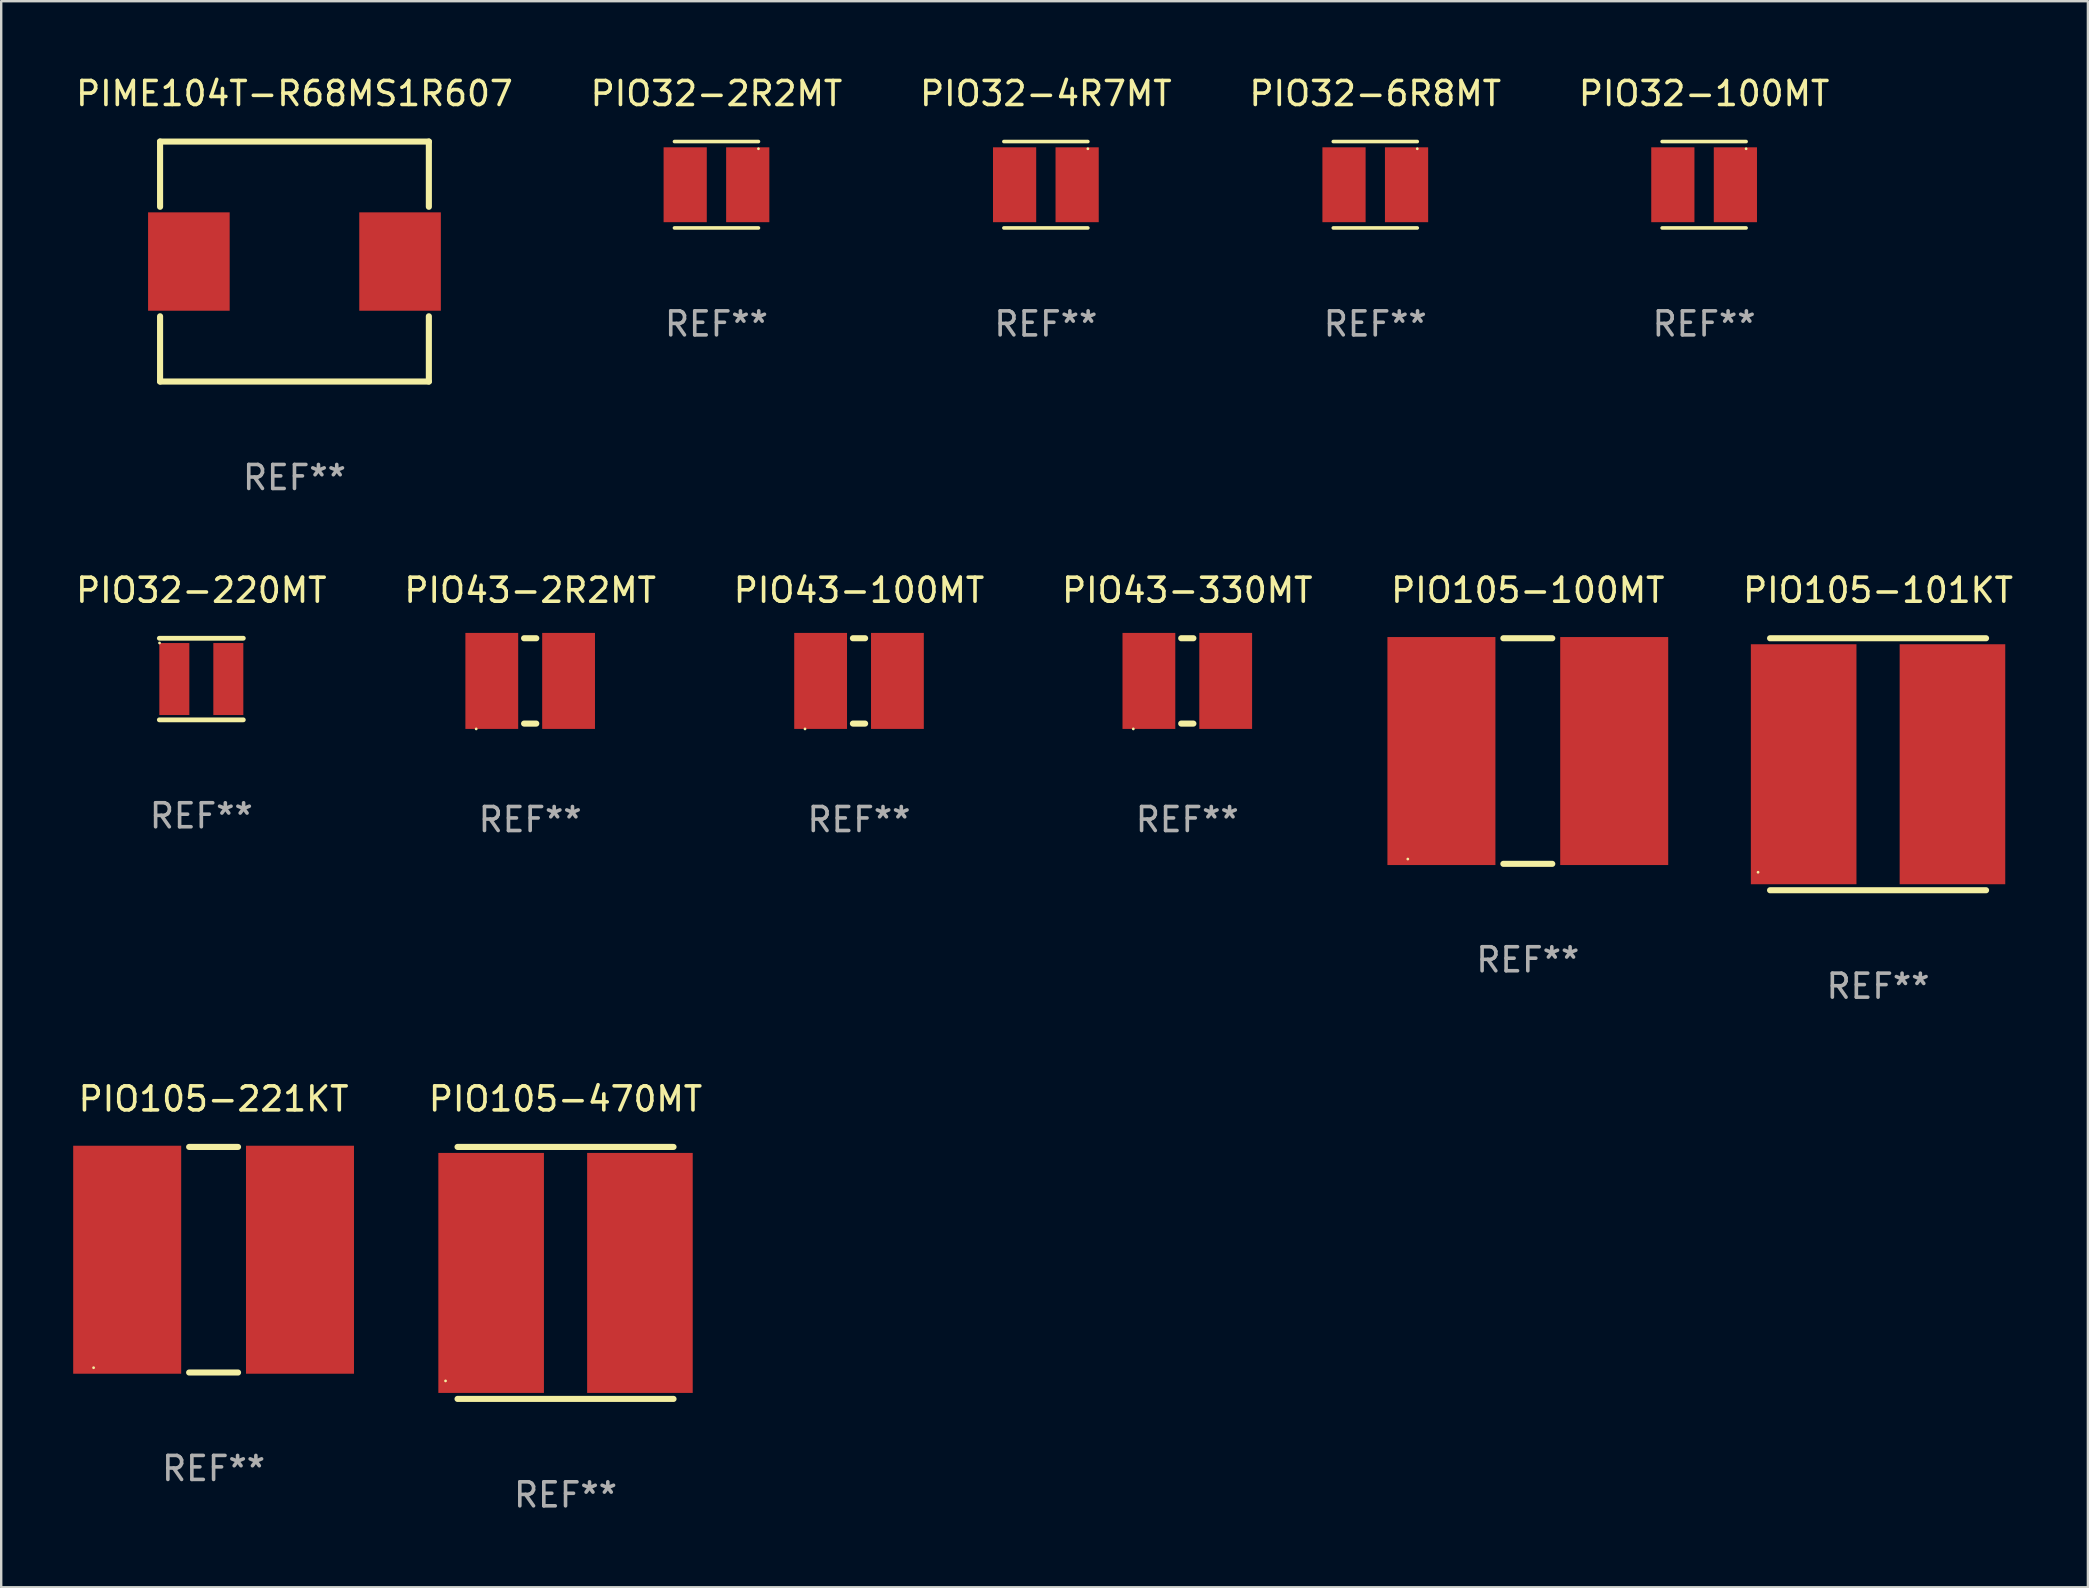
<source format=kicad_pcb>
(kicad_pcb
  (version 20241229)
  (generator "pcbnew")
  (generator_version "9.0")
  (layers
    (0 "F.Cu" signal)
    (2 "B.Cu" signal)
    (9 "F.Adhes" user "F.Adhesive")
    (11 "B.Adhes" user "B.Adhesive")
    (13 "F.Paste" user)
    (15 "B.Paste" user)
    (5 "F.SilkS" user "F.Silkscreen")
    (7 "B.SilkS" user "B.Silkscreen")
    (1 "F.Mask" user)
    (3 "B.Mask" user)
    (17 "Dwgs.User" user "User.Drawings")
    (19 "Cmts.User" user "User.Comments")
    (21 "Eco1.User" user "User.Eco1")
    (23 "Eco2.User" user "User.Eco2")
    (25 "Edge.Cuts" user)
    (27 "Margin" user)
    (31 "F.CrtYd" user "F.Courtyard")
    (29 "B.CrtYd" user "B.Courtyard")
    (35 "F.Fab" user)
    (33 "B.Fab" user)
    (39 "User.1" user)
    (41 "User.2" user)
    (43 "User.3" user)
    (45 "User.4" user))
  (footprint "PIO43-100MT"
    (layer "F.Cu")
    (at 32.744 25.323)
    (property "Reference" "PIO43-100MT" (at 0 -3.778 0) (layer "F.SilkS") (effects (font (size 1 1) (thickness 0.15))))
    (attr through_hole)
    (fp_line (start -0.254 -1.778) (end 0.254 -1.778) (stroke (width 0.254) (type solid)) (layer "F.SilkS"))
    (fp_line (start -0.254 1.778) (end 0.254 1.778) (stroke (width 0.254) (type solid)) (layer "F.SilkS"))
    (fp_circle (center -2.25 2) (end -2.22 2) (stroke (width 0.06) (type solid)) (fill no) (layer "F.SilkS"))
    (fp_text user "REF**" (at 0 5.778 0) (layer "F.Fab") (effects (font (size 1 1) (thickness 0.15))))
    (pad "1" smd rect (at -1.6 0 90) (size 4 2.2) (layers "F.Cu" "F.Mask" "F.Paste"))
    (pad "2" smd rect (at 1.6 0 90) (size 4 2.2) (layers "F.Cu" "F.Mask" "F.Paste")))
  (footprint "PIO105-221KT"
    (layer "F.Cu")
    (at 5.85 49.441)
    (property "Reference" "PIO105-221KT" (at 0 -6.7 0) (layer "F.SilkS") (effects (font (size 1 1) (thickness 0.15))))
    (attr through_hole)
    (fp_line (start -1.019 -4.7) (end 1.019 -4.7) (stroke (width 0.254) (type solid)) (layer "F.SilkS"))
    (fp_line (start -1.019 4.7) (end 1.019 4.7) (stroke (width 0.254) (type solid)) (layer "F.SilkS"))
    (fp_circle (center -5 4.5) (end -4.97 4.5) (stroke (width 0.06) (type solid)) (fill no) (layer "F.SilkS"))
    (fp_text user "REF**" (at 0 8.7 0) (layer "F.Fab") (effects (font (size 1 1) (thickness 0.15))))
    (pad "1" smd rect (at -3.6 0) (size 4.5 9.5) (layers "F.Cu" "F.Mask" "F.Paste"))
    (pad "2" smd rect (at 3.6 0) (size 4.5 9.5) (layers "F.Cu" "F.Mask" "F.Paste")))
  (footprint "PIO105-101KT"
    (layer "F.Cu")
    (at 75.206 28.795)
    (property "Reference" "PIO105-101KT" (at 0 -7.25 0) (layer "F.SilkS") (effects (font (size 1 1) (thickness 0.15))))
    (attr through_hole)
    (fp_line (start -4.5 -5.25) (end 4.5 -5.25) (stroke (width 0.254) (type solid)) (layer "F.SilkS"))
    (fp_line (start -4.5 5.25) (end 4.5 5.25) (stroke (width 0.254) (type solid)) (layer "F.SilkS"))
    (fp_circle (center -5 4.5) (end -4.97 4.5) (stroke (width 0.06) (type solid)) (fill no) (layer "F.SilkS"))
    (fp_text user "REF**" (at 0 9.25 0) (layer "F.Fab") (effects (font (size 1 1) (thickness 0.15))))
    (pad "1" smd rect (at -3.1 0 90) (size 10 4.4) (layers "F.Cu" "F.Mask" "F.Paste"))
    (pad "2" smd rect (at 3.1 0 90) (size 10 4.4) (layers "F.Cu" "F.Mask" "F.Paste")))
  (footprint "PIO105-470MT"
    (layer "F.Cu")
    (at 20.515 49.991)
    (property "Reference" "PIO105-470MT" (at 0 -7.25 0) (layer "F.SilkS") (effects (font (size 1 1) (thickness 0.15))))
    (attr through_hole)
    (fp_line (start -4.5 -5.25) (end 4.5 -5.25) (stroke (width 0.254) (type solid)) (layer "F.SilkS"))
    (fp_line (start -4.5 5.25) (end 4.5 5.25) (stroke (width 0.254) (type solid)) (layer "F.SilkS"))
    (fp_circle (center -5 4.5) (end -4.97 4.5) (stroke (width 0.06) (type solid)) (fill no) (layer "F.SilkS"))
    (fp_text user "REF**" (at 0 9.25 0) (layer "F.Fab") (effects (font (size 1 1) (thickness 0.15))))
    (pad "1" smd rect (at -3.1 0 90) (size 10 4.4) (layers "F.Cu" "F.Mask" "F.Paste"))
    (pad "2" smd rect (at 3.1 0 90) (size 10 4.4) (layers "F.Cu" "F.Mask" "F.Paste")))
  (footprint "PIO32-220MT"
    (layer "F.Cu")
    (at 5.339 25.245)
    (property "Reference" "PIO32-220MT" (at 0 -3.7 0) (layer "F.SilkS") (effects (font (size 1 1) (thickness 0.15))))
    (attr through_hole)
    (fp_line (start -1.75 -1.7) (end 1.75 -1.7) (stroke (width 0.2) (type solid)) (layer "F.SilkS"))
    (fp_line (start -1.75 1.7) (end 1.75 1.7) (stroke (width 0.2) (type solid)) (layer "F.SilkS"))
    (fp_circle (center -1.741 -1.503) (end -1.711 -1.503) (stroke (width 0.06) (type solid)) (fill no) (layer "F.SilkS"))
    (fp_text user "REF**" (at 0 5.7 0) (layer "F.Fab") (effects (font (size 1 1) (thickness 0.15))))
    (pad "1" smd rect (at -1.125 0) (size 1.25 3) (layers "F.Cu" "F.Mask" "F.Paste"))
    (pad "2" smd rect (at 1.125 0) (size 1.25 3) (layers "F.Cu" "F.Mask" "F.Paste")))
  (footprint "PIO43-330MT"
    (layer "F.Cu")
    (at 46.423 25.323)
    (property "Reference" "PIO43-330MT" (at 0 -3.778 0) (layer "F.SilkS") (effects (font (size 1 1) (thickness 0.15))))
    (attr through_hole)
    (fp_line (start -0.254 -1.778) (end 0.254 -1.778) (stroke (width 0.254) (type solid)) (layer "F.SilkS"))
    (fp_line (start -0.254 1.778) (end 0.254 1.778) (stroke (width 0.254) (type solid)) (layer "F.SilkS"))
    (fp_circle (center -2.25 2) (end -2.22 2) (stroke (width 0.06) (type solid)) (fill no) (layer "F.SilkS"))
    (fp_text user "REF**" (at 0 5.778 0) (layer "F.Fab") (effects (font (size 1 1) (thickness 0.15))))
    (pad "1" smd rect (at -1.6 0 90) (size 4 2.2) (layers "F.Cu" "F.Mask" "F.Paste"))
    (pad "2" smd rect (at 1.6 0 90) (size 4 2.2) (layers "F.Cu" "F.Mask" "F.Paste")))
  (footprint "PIO32-100MT"
    (layer "F.Cu")
    (at 67.958 4.648)
    (property "Reference" "PIO32-100MT" (at 0 -3.8 0) (layer "F.SilkS") (effects (font (size 1 1) (thickness 0.15))))
    (attr through_hole)
    (fp_line (start -1.75 -1.8) (end 1.75 -1.8) (stroke (width 0.15) (type solid)) (layer "F.SilkS"))
    (fp_line (start 1.75 1.8) (end -1.75 1.8) (stroke (width 0.15) (type solid)) (layer "F.SilkS"))
    (fp_circle (center 1.75 -1.5) (end 1.78 -1.5) (stroke (width 0.06) (type solid)) (fill no) (layer "F.SilkS"))
    (fp_text user "REF**" (at 0 5.8 0) (layer "F.Fab") (effects (font (size 1 1) (thickness 0.15))))
    (pad "1" smd rect (at 1.303 0.000051) (size 1.8 3.12) (layers "F.Cu" "F.Mask" "F.Paste"))
    (pad "2" smd rect (at -1.303 0.000051) (size 1.8 3.12) (layers "F.Cu" "F.Mask" "F.Paste")))
  (footprint "PIO32-2R2MT"
    (layer "F.Cu")
    (at 26.804 4.648)
    (property "Reference" "PIO32-2R2MT" (at 0 -3.8 0) (layer "F.SilkS") (effects (font (size 1 1) (thickness 0.15))))
    (attr through_hole)
    (fp_line (start -1.75 -1.8) (end 1.75 -1.8) (stroke (width 0.15) (type solid)) (layer "F.SilkS"))
    (fp_line (start 1.75 1.8) (end -1.75 1.8) (stroke (width 0.15) (type solid)) (layer "F.SilkS"))
    (fp_circle (center 1.75 -1.5) (end 1.78 -1.5) (stroke (width 0.06) (type solid)) (fill no) (layer "F.SilkS"))
    (fp_text user "REF**" (at 0 5.8 0) (layer "F.Fab") (effects (font (size 1 1) (thickness 0.15))))
    (pad "1" smd rect (at 1.303 0.000051) (size 1.8 3.12) (layers "F.Cu" "F.Mask" "F.Paste"))
    (pad "2" smd rect (at -1.303 0.000051) (size 1.8 3.12) (layers "F.Cu" "F.Mask" "F.Paste")))
  (footprint "PIME104T-R68MS1R607"
    (layer "F.Cu")
    (at 9.22 7.848)
    (property "Reference" "PIME104T-R68MS1R607" (at 0 -7 0) (layer "F.SilkS") (effects (font (size 1 1) (thickness 0.15))))
    (attr through_hole)
    (fp_line (start -5.6 -5) (end 5.6 -5) (stroke (width 0.254) (type solid)) (layer "F.SilkS"))
    (fp_line (start -5.6 -2.281) (end -5.6 -5) (stroke (width 0.254) (type solid)) (layer "F.SilkS"))
    (fp_line (start -5.6 5) (end -5.6 2.281) (stroke (width 0.254) (type solid)) (layer "F.SilkS"))
    (fp_line (start 5.6 -2.281) (end 5.6 -5) (stroke (width 0.254) (type solid)) (layer "F.SilkS"))
    (fp_line (start 5.6 5) (end -5.6 5) (stroke (width 0.254) (type solid)) (layer "F.SilkS"))
    (fp_line (start 5.6 5) (end 5.6 2.281) (stroke (width 0.254) (type solid)) (layer "F.SilkS"))
    (fp_circle (center -5.6 5) (end -5.57 5) (stroke (width 0.06) (type solid)) (fill no) (layer "F.SilkS"))
    (fp_text user "REF**" (at 0 9 0) (layer "F.Fab") (effects (font (size 1 1) (thickness 0.15))))
    (pad "1" smd rect (at -4.4 0) (size 3.4 4.1) (layers "F.Cu" "F.Mask" "F.Paste"))
    (pad "2" smd rect (at 4.4 0) (size 3.4 4.1) (layers "F.Cu" "F.Mask" "F.Paste")))
  (footprint "PIO43-2R2MT"
    (layer "F.Cu")
    (at 19.042 25.323)
    (property "Reference" "PIO43-2R2MT" (at 0 -3.778 0) (layer "F.SilkS") (effects (font (size 1 1) (thickness 0.15))))
    (attr through_hole)
    (fp_line (start -0.254 -1.778) (end 0.254 -1.778) (stroke (width 0.254) (type solid)) (layer "F.SilkS"))
    (fp_line (start -0.254 1.778) (end 0.254 1.778) (stroke (width 0.254) (type solid)) (layer "F.SilkS"))
    (fp_circle (center -2.25 2) (end -2.22 2) (stroke (width 0.06) (type solid)) (fill no) (layer "F.SilkS"))
    (fp_text user "REF**" (at 0 5.778 0) (layer "F.Fab") (effects (font (size 1 1) (thickness 0.15))))
    (pad "1" smd rect (at -1.6 0 90) (size 4 2.2) (layers "F.Cu" "F.Mask" "F.Paste"))
    (pad "2" smd rect (at 1.6 0 90) (size 4 2.2) (layers "F.Cu" "F.Mask" "F.Paste")))
  (footprint "PIO32-6R8MT"
    (layer "F.Cu")
    (at 54.256 4.648)
    (property "Reference" "PIO32-6R8MT" (at 0 -3.8 0) (layer "F.SilkS") (effects (font (size 1 1) (thickness 0.15))))
    (attr through_hole)
    (fp_line (start -1.75 -1.8) (end 1.75 -1.8) (stroke (width 0.15) (type solid)) (layer "F.SilkS"))
    (fp_line (start 1.75 1.8) (end -1.75 1.8) (stroke (width 0.15) (type solid)) (layer "F.SilkS"))
    (fp_circle (center 1.75 -1.5) (end 1.78 -1.5) (stroke (width 0.06) (type solid)) (fill no) (layer "F.SilkS"))
    (fp_text user "REF**" (at 0 5.8 0) (layer "F.Fab") (effects (font (size 1 1) (thickness 0.15))))
    (pad "1" smd rect (at 1.303 0.000051) (size 1.8 3.12) (layers "F.Cu" "F.Mask" "F.Paste"))
    (pad "2" smd rect (at -1.303 0.000051) (size 1.8 3.12) (layers "F.Cu" "F.Mask" "F.Paste")))
  (footprint "PIO32-4R7MT"
    (layer "F.Cu")
    (at 40.53 4.648)
    (property "Reference" "PIO32-4R7MT" (at 0 -3.8 0) (layer "F.SilkS") (effects (font (size 1 1) (thickness 0.15))))
    (attr through_hole)
    (fp_line (start -1.75 -1.8) (end 1.75 -1.8) (stroke (width 0.15) (type solid)) (layer "F.SilkS"))
    (fp_line (start 1.75 1.8) (end -1.75 1.8) (stroke (width 0.15) (type solid)) (layer "F.SilkS"))
    (fp_circle (center 1.75 -1.5) (end 1.78 -1.5) (stroke (width 0.06) (type solid)) (fill no) (layer "F.SilkS"))
    (fp_text user "REF**" (at 0 5.8 0) (layer "F.Fab") (effects (font (size 1 1) (thickness 0.15))))
    (pad "1" smd rect (at 1.303 0.000051) (size 1.8 3.12) (layers "F.Cu" "F.Mask" "F.Paste"))
    (pad "2" smd rect (at -1.303 0.000051) (size 1.8 3.12) (layers "F.Cu" "F.Mask" "F.Paste")))
  (footprint "PIO105-100MT"
    (layer "F.Cu")
    (at 60.612 28.245)
    (property "Reference" "PIO105-100MT" (at 0 -6.7 0) (layer "F.SilkS") (effects (font (size 1 1) (thickness 0.15))))
    (attr through_hole)
    (fp_line (start -1.019 -4.7) (end 1.019 -4.7) (stroke (width 0.254) (type solid)) (layer "F.SilkS"))
    (fp_line (start -1.019 4.7) (end 1.019 4.7) (stroke (width 0.254) (type solid)) (layer "F.SilkS"))
    (fp_circle (center -5 4.5) (end -4.97 4.5) (stroke (width 0.06) (type solid)) (fill no) (layer "F.SilkS"))
    (fp_text user "REF**" (at 0 8.7 0) (layer "F.Fab") (effects (font (size 1 1) (thickness 0.15))))
    (pad "1" smd rect (at -3.6 0) (size 4.5 9.5) (layers "F.Cu" "F.Mask" "F.Paste"))
    (pad "2" smd rect (at 3.6 0) (size 4.5 9.5) (layers "F.Cu" "F.Mask" "F.Paste")))
  (gr_rect
    (start -3 -3)
    (end 83.95 63.09)
    (stroke (width 0.1) (type default))
    (fill no)
    (layer "Edge.Cuts")))
</source>
